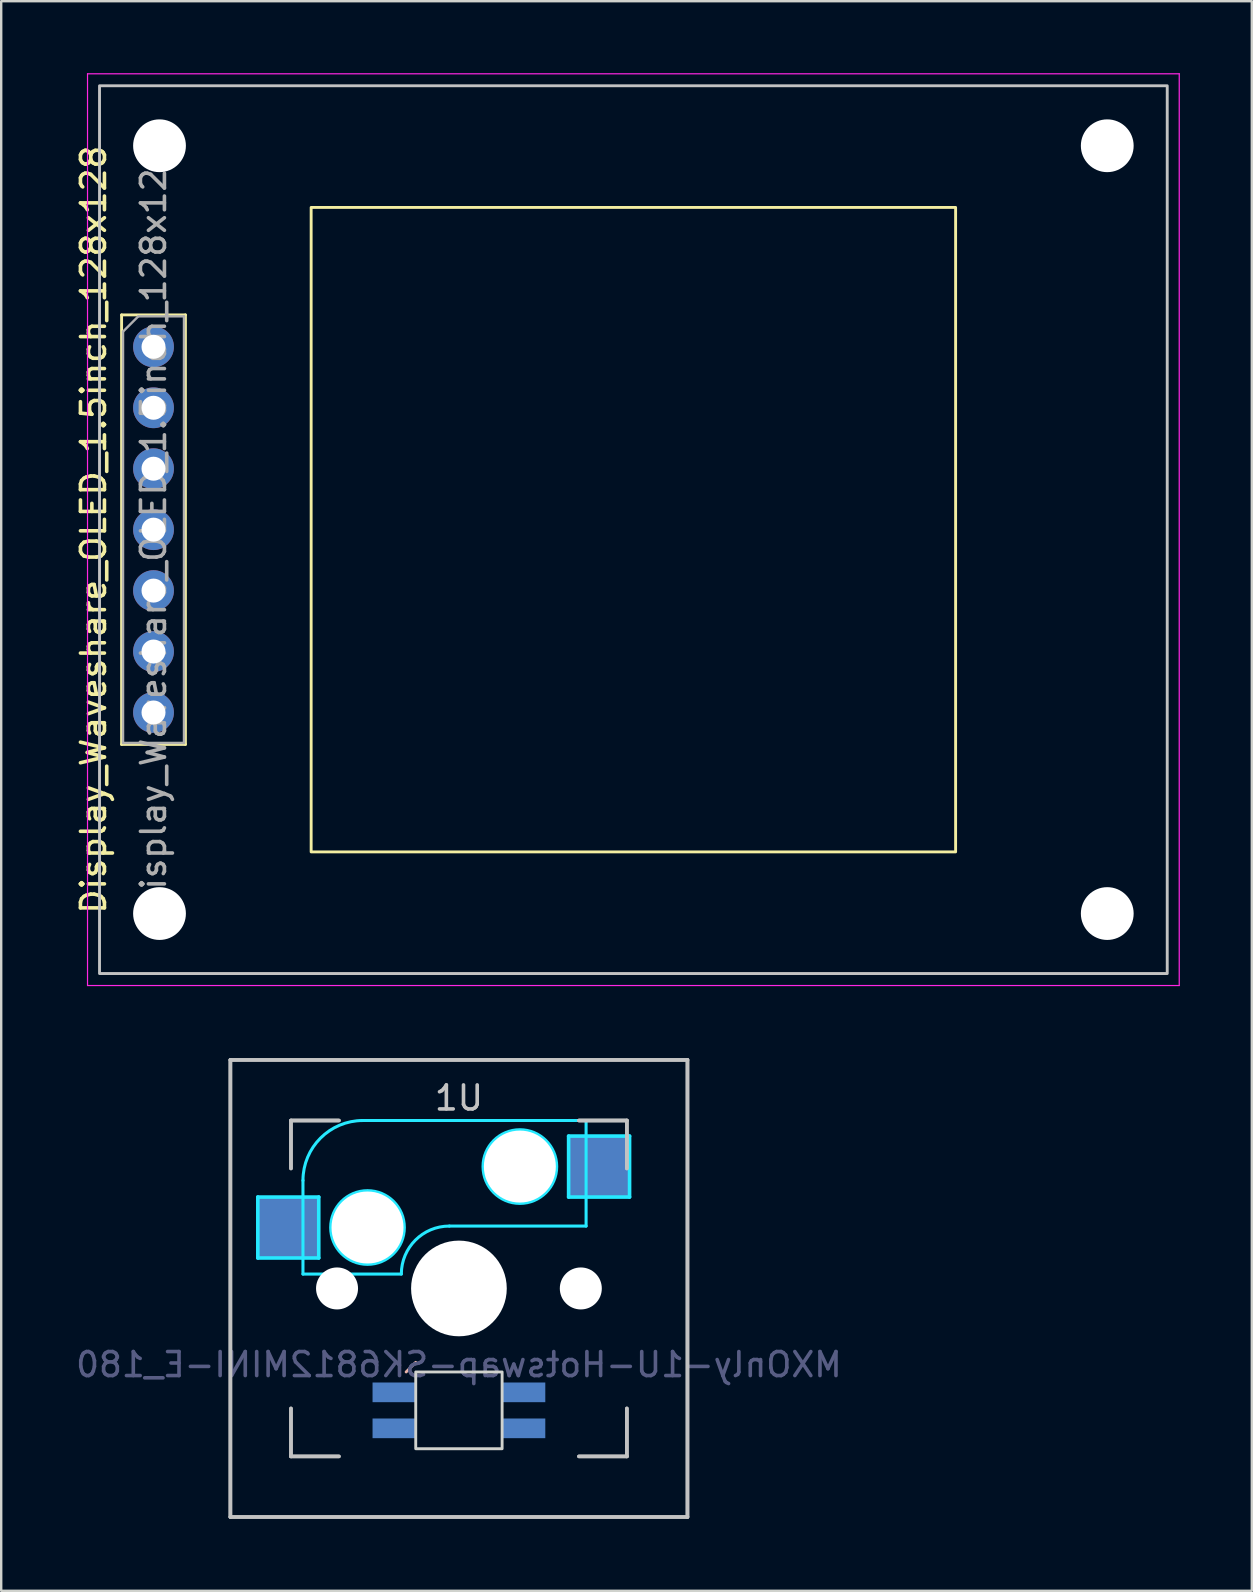
<source format=kicad_pcb>
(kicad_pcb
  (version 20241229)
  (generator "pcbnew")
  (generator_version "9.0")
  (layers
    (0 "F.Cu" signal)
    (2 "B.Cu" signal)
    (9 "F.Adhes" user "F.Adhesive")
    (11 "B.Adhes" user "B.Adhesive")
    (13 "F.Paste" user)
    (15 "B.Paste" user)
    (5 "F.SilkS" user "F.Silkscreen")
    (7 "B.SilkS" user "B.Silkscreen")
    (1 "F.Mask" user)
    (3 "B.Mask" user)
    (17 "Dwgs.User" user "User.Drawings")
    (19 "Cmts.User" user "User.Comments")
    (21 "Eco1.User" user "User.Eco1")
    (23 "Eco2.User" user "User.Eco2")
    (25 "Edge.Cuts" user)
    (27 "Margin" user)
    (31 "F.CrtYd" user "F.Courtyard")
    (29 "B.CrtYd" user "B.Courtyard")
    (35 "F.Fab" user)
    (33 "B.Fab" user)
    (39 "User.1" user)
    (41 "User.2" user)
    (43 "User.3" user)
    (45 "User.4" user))
  (footprint "MXOnly-1U-Hotswap-SK6812MINI-E_180"
    (layer "F.Cu")
    (at 16.077 50.65)
    (property "Reference" "MXOnly-1U-Hotswap-SK6812MINI-E_180" (at 0 3.175 0) (layer "B.Fab") (effects (font (size 1 1) (thickness 0.15)) (justify mirror)))
    (attr through_hole)
    (fp_line (start -1.8 3.08) (end -2.2 3.48) (stroke (width 0.12) (type default)) (layer "B.SilkS"))
    (fp_line (start -9.525 -9.525) (end 9.525 -9.525) (stroke (width 0.15) (type solid)) (layer "Dwgs.User"))
    (fp_line (start -9.525 -9.525) (end 9.525 -9.525) (stroke (width 0.15) (type solid)) (layer "Dwgs.User"))
    (fp_line (start -9.525 9.525) (end -9.525 -9.525) (stroke (width 0.15) (type solid)) (layer "Dwgs.User"))
    (fp_line (start -9.525 9.525) (end -9.525 -9.525) (stroke (width 0.15) (type solid)) (layer "Dwgs.User"))
    (fp_line (start -7 -7) (end -7 -5) (stroke (width 0.15) (type solid)) (layer "Dwgs.User"))
    (fp_line (start -7 -7) (end -7 -5) (stroke (width 0.15) (type solid)) (layer "Dwgs.User"))
    (fp_line (start -7 5) (end -7 7) (stroke (width 0.15) (type solid)) (layer "Dwgs.User"))
    (fp_line (start -7 5) (end -7 7) (stroke (width 0.15) (type solid)) (layer "Dwgs.User"))
    (fp_line (start -7 7) (end -5 7) (stroke (width 0.15) (type solid)) (layer "Dwgs.User"))
    (fp_line (start -7 7) (end -5 7) (stroke (width 0.15) (type solid)) (layer "Dwgs.User"))
    (fp_line (start -5 -7) (end -7 -7) (stroke (width 0.15) (type solid)) (layer "Dwgs.User"))
    (fp_line (start -5 -7) (end -7 -7) (stroke (width 0.15) (type solid)) (layer "Dwgs.User"))
    (fp_line (start 5 -7) (end 7 -7) (stroke (width 0.15) (type solid)) (layer "Dwgs.User"))
    (fp_line (start 5 -7) (end 7 -7) (stroke (width 0.15) (type solid)) (layer "Dwgs.User"))
    (fp_line (start 5 7) (end 7 7) (stroke (width 0.15) (type solid)) (layer "Dwgs.User"))
    (fp_line (start 5 7) (end 7 7) (stroke (width 0.15) (type solid)) (layer "Dwgs.User"))
    (fp_line (start 7 -7) (end 7 -5) (stroke (width 0.15) (type solid)) (layer "Dwgs.User"))
    (fp_line (start 7 -7) (end 7 -5) (stroke (width 0.15) (type solid)) (layer "Dwgs.User"))
    (fp_line (start 7 7) (end 7 5) (stroke (width 0.15) (type solid)) (layer "Dwgs.User"))
    (fp_line (start 7 7) (end 7 5) (stroke (width 0.15) (type solid)) (layer "Dwgs.User"))
    (fp_line (start 9.525 -9.525) (end 9.525 9.525) (stroke (width 0.15) (type solid)) (layer "Dwgs.User"))
    (fp_line (start 9.525 -9.525) (end 9.525 9.525) (stroke (width 0.15) (type solid)) (layer "Dwgs.User"))
    (fp_line (start 9.525 9.525) (end -9.525 9.525) (stroke (width 0.15) (type solid)) (layer "Dwgs.User"))
    (fp_line (start 9.525 9.525) (end -9.525 9.525) (stroke (width 0.15) (type solid)) (layer "Dwgs.User"))
    (fp_rect (start 1.8 3.48) (end -1.8 6.68) (stroke (width 0.12) (type solid)) (fill no) (layer "Edge.Cuts"))
    (fp_line (start -8.382 -3.81) (end -8.382 -1.27) (stroke (width 0.15) (type solid)) (layer "B.CrtYd"))
    (fp_line (start -8.382 -1.27) (end -5.842 -1.27) (stroke (width 0.15) (type solid)) (layer "B.CrtYd"))
    (fp_line (start -6.5 -4.5) (end -6.5 -0.6) (stroke (width 0.127) (type solid)) (layer "B.CrtYd"))
    (fp_line (start -6.5 -0.6) (end -2.4 -0.6) (stroke (width 0.127) (type solid)) (layer "B.CrtYd"))
    (fp_line (start -5.842 -3.81) (end -8.382 -3.81) (stroke (width 0.15) (type solid)) (layer "B.CrtYd"))
    (fp_line (start -5.842 -1.27) (end -5.842 -3.81) (stroke (width 0.15) (type solid)) (layer "B.CrtYd"))
    (fp_line (start -0.4 -2.6) (end 5.3 -2.6) (stroke (width 0.127) (type solid)) (layer "B.CrtYd"))
    (fp_line (start 4.572 -6.35) (end 7.112 -6.35) (stroke (width 0.15) (type solid)) (layer "B.CrtYd"))
    (fp_line (start 4.572 -3.81) (end 4.572 -6.35) (stroke (width 0.15) (type solid)) (layer "B.CrtYd"))
    (fp_line (start 5.3 -7) (end -4 -7) (stroke (width 0.127) (type solid)) (layer "B.CrtYd"))
    (fp_line (start 5.3 -7) (end 5.3 -2.6) (stroke (width 0.127) (type solid)) (layer "B.CrtYd"))
    (fp_line (start 7.112 -6.35) (end 7.112 -3.81) (stroke (width 0.15) (type solid)) (layer "B.CrtYd"))
    (fp_line (start 7.112 -3.81) (end 4.572 -3.81) (stroke (width 0.15) (type solid)) (layer "B.CrtYd"))
    (fp_arc (start -6.5 -4.5) (mid -5.767767 -6.267767) (end -4 -7) (stroke (width 0.127) (type solid)) (layer "B.CrtYd"))
    (fp_arc (start -2.4 -0.6) (mid -1.814214 -2.014214) (end -0.4 -2.6) (stroke (width 0.127) (type solid)) (layer "B.CrtYd"))
    (fp_circle (center -3.81 -2.54) (end -3.81 -4.064) (stroke (width 0.15) (type solid)) (fill no) (layer "B.CrtYd"))
    (fp_circle (center 2.54 -5.08) (end 2.54 -6.604) (stroke (width 0.15) (type solid)) (fill no) (layer "B.CrtYd"))
    (fp_text user "1U" (at 0 -7.938 0) (layer "Dwgs.User") (effects (font (size 1 1) (thickness 0.15))))
    (pad "" np_thru_hole circle (at -5.08 0 48.1) (size 1.75 1.75) (drill 1.75) (layers "*.Cu" "*.Mask"))
    (pad "" np_thru_hole circle (at -3.81 -2.54) (size 3 3) (drill 3) (layers "*.Cu" "*.Mask"))
    (pad "" np_thru_hole circle (at 0 0) (size 3.988 3.988) (drill 3.988) (layers "*.Cu" "*.Mask"))
    (pad "" np_thru_hole circle (at 2.54 -5.08) (size 3 3) (drill 3) (layers "*.Cu" "*.Mask"))
    (pad "" np_thru_hole circle (at 5.08 0 48.1) (size 1.75 1.75) (drill 1.75) (layers "*.Cu" "*.Mask"))
    (pad "1" smd rect (at -7.085 -2.54) (size 2.55 2.5) (layers "B.Cu" "B.Mask" "B.Paste"))
    (pad "2" smd rect (at 5.842 -5.08) (size 2.55 2.5) (layers "B.Cu" "B.Mask" "B.Paste"))
    (pad "3" smd rect (at 2.7 5.83) (size 1.8 0.82) (layers "B.Cu" "B.Mask" "B.Paste"))
    (pad "4" smd rect (at -2.7 5.83) (size 1.8 0.82) (layers "B.Cu" "B.Mask" "B.Paste"))
    (pad "5" smd rect (at 2.7 4.33) (size 1.8 0.82) (layers "B.Cu" "B.Mask" "B.Paste"))
    (pad "6" smd rect (at -2.7 4.33) (size 1.8 0.82) (layers "B.Cu" "B.Mask" "B.Paste")))
  (footprint "Display_Waveshare_OLED_1.5inch_128x128"
    (layer "F.Cu")
    (at 23.348 19.025)
    (property "Reference" "Display_Waveshare_OLED_1.5inch_128x128" (at -22.5 0 90) (layer "F.SilkS") (effects (font (size 1 1) (thickness 0.15))))
    (attr through_hole)
    (fp_line (start -21.33 -8.95) (end -21.33 8.95) (stroke (width 0.12) (type solid)) (layer "F.SilkS"))
    (fp_line (start -21.33 -8.95) (end -18.67 -8.95) (stroke (width 0.12) (type solid)) (layer "F.SilkS"))
    (fp_line (start -21.33 8.95) (end -18.67 8.95) (stroke (width 0.12) (type solid)) (layer "F.SilkS"))
    (fp_line (start -18.67 -8.95) (end -18.67 8.95) (stroke (width 0.12) (type solid)) (layer "F.SilkS"))
    (fp_rect (start -13.43 -13.43) (end 13.43 13.43) (stroke (width 0.12) (type solid)) (fill no) (layer "F.SilkS"))
    (fp_rect (start -22.25 -18.5) (end 22.25 18.5) (stroke (width 0.12) (type solid)) (fill no) (layer "Dwgs.User"))
    (fp_line (start -22.75 -19) (end -22.75 19) (stroke (width 0.05) (type solid)) (layer "F.CrtYd"))
    (fp_line (start 22.75 -19) (end -22.75 -19) (stroke (width 0.05) (type solid)) (layer "F.CrtYd"))
    (fp_line (start 22.75 -19) (end 22.75 19) (stroke (width 0.05) (type solid)) (layer "F.CrtYd"))
    (fp_line (start 22.75 19) (end -22.75 19) (stroke (width 0.05) (type solid)) (layer "F.CrtYd"))
    (fp_line (start -21.27 -8.255) (end -20.635 -8.89) (stroke (width 0.1) (type solid)) (layer "F.Fab"))
    (fp_line (start -21.27 8.89) (end -21.27 -8.255) (stroke (width 0.1) (type solid)) (layer "F.Fab"))
    (fp_line (start -20.635 -8.89) (end -18.73 -8.89) (stroke (width 0.1) (type solid)) (layer "F.Fab"))
    (fp_line (start -18.73 -8.89) (end -18.73 8.89) (stroke (width 0.1) (type solid)) (layer "F.Fab"))
    (fp_line (start -18.73 8.89) (end -21.27 8.89) (stroke (width 0.1) (type solid)) (layer "F.Fab"))
    (fp_text user "${REFERENCE}" (at -20 0 90) (layer "F.Fab") (effects (font (size 1 1) (thickness 0.15))))
    (pad "" np_thru_hole circle (at -19.75 -16) (size 2.2 2.2) (drill 2.2) (layers "*.Cu" "*.Mask"))
    (pad "" np_thru_hole circle (at -19.75 16) (size 2.2 2.2) (drill 2.2) (layers "*.Cu" "*.Mask"))
    (pad "" np_thru_hole circle (at 19.75 -16) (size 2.2 2.2) (drill 2.2) (layers "*.Cu" "*.Mask"))
    (pad "" np_thru_hole circle (at 19.75 16) (size 2.2 2.2) (drill 2.2) (layers "*.Cu" "*.Mask"))
    (pad "1" thru_hole circle (at -20 -7.62) (size 1.7 1.7) (drill 1) (layers "*.Cu" "*.Mask"))
    (pad "2" thru_hole oval (at -20 -5.08) (size 1.7 1.7) (drill 1) (layers "*.Cu" "*.Mask"))
    (pad "3" thru_hole oval (at -20 -2.54) (size 1.7 1.7) (drill 1) (layers "*.Cu" "*.Mask"))
    (pad "4" thru_hole oval (at -20 0) (size 1.7 1.7) (drill 1) (layers "*.Cu" "*.Mask"))
    (pad "5" thru_hole oval (at -20 2.54) (size 1.7 1.7) (drill 1) (layers "*.Cu" "*.Mask"))
    (pad "6" thru_hole oval (at -20 5.08) (size 1.7 1.7) (drill 1) (layers "*.Cu" "*.Mask"))
    (pad "7" thru_hole oval (at -20 7.62) (size 1.7 1.7) (drill 1) (layers "*.Cu" "*.Mask")))
  (gr_rect
    (start -3 -3)
    (end 49.123 63.25)
    (stroke (width 0.1) (type default))
    (fill no)
    (layer "Edge.Cuts")))
</source>
